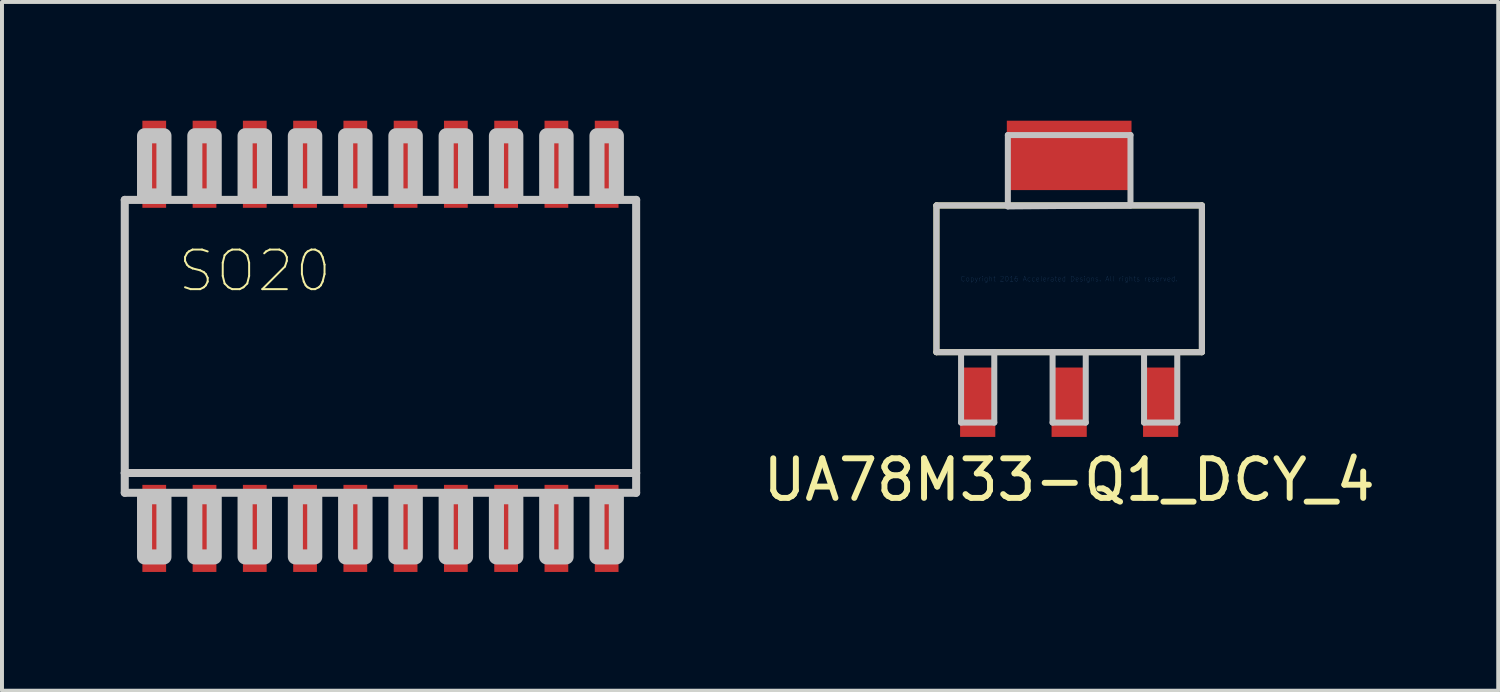
<source format=kicad_pcb>
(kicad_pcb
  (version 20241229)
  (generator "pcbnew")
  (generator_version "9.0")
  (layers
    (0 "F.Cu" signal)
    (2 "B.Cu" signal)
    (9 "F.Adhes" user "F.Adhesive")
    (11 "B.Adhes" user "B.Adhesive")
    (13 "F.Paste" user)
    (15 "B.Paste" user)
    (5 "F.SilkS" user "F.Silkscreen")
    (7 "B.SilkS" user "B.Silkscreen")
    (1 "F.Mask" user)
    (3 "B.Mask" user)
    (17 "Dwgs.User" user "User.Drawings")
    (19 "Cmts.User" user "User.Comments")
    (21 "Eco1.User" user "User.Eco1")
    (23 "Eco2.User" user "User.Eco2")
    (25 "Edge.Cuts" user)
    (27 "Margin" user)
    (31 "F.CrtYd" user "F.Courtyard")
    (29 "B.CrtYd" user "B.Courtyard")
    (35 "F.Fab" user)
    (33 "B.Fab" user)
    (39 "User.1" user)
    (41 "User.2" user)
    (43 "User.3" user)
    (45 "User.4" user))
  (footprint "SO20"
    (layer "F.Cu")
    (at 6.562 5.7)
    (property "Reference" "SO20" (at -3.175 -1.905 0) (layer "F.SilkS") (effects (font (size 1 1) (thickness 0.05))))
    (attr smd)
    (fp_line (start -6.46 -3.7) (end 6.46 -3.7) (stroke (width 0.203) (type solid)) (layer "Dwgs.User"))
    (fp_line (start -6.46 3.2) (end -6.46 -3.7) (stroke (width 0.203) (type solid)) (layer "Dwgs.User"))
    (fp_line (start -6.46 3.7) (end -6.46 3.2) (stroke (width 0.203) (type solid)) (layer "Dwgs.User"))
    (fp_line (start 6.46 -3.7) (end 6.46 3.2) (stroke (width 0.203) (type solid)) (layer "Dwgs.User"))
    (fp_line (start 6.46 3.2) (end -6.46 3.2) (stroke (width 0.203) (type solid)) (layer "Dwgs.User"))
    (fp_line (start 6.46 3.2) (end 6.46 3.7) (stroke (width 0.203) (type solid)) (layer "Dwgs.User"))
    (fp_line (start 6.46 3.7) (end -6.46 3.7) (stroke (width 0.203) (type solid)) (layer "Dwgs.User"))
    (fp_poly (pts (xy -5.96 -5.32) (xy -5.47 -5.32) (xy -5.47 -3.8) (xy -5.96 -3.8)) (stroke (width 0.381) (type solid)) (fill no) (layer "Dwgs.User"))
    (fp_poly (pts (xy -5.96 3.8) (xy -5.47 3.8) (xy -5.47 5.32) (xy -5.96 5.32)) (stroke (width 0.381) (type solid)) (fill no) (layer "Dwgs.User"))
    (fp_poly (pts (xy -4.69 -5.32) (xy -4.2 -5.32) (xy -4.2 -3.8) (xy -4.69 -3.8)) (stroke (width 0.381) (type solid)) (fill no) (layer "Dwgs.User"))
    (fp_poly (pts (xy -4.69 3.8) (xy -4.2 3.8) (xy -4.2 5.32) (xy -4.69 5.32)) (stroke (width 0.381) (type solid)) (fill no) (layer "Dwgs.User"))
    (fp_poly (pts (xy -3.42 -5.32) (xy -2.93 -5.32) (xy -2.93 -3.8) (xy -3.42 -3.8)) (stroke (width 0.381) (type solid)) (fill no) (layer "Dwgs.User"))
    (fp_poly (pts (xy -3.42 3.8) (xy -2.93 3.8) (xy -2.93 5.32) (xy -3.42 5.32)) (stroke (width 0.381) (type solid)) (fill no) (layer "Dwgs.User"))
    (fp_poly (pts (xy -2.15 -5.32) (xy -1.66 -5.32) (xy -1.66 -3.8) (xy -2.15 -3.8)) (stroke (width 0.381) (type solid)) (fill no) (layer "Dwgs.User"))
    (fp_poly (pts (xy -2.15 3.8) (xy -1.66 3.8) (xy -1.66 5.32) (xy -2.15 5.32)) (stroke (width 0.381) (type solid)) (fill no) (layer "Dwgs.User"))
    (fp_poly (pts (xy -0.88 -5.32) (xy -0.39 -5.32) (xy -0.39 -3.8) (xy -0.88 -3.8)) (stroke (width 0.381) (type solid)) (fill no) (layer "Dwgs.User"))
    (fp_poly (pts (xy -0.88 3.8) (xy -0.39 3.8) (xy -0.39 5.32) (xy -0.88 5.32)) (stroke (width 0.381) (type solid)) (fill no) (layer "Dwgs.User"))
    (fp_poly (pts (xy 0.39 -5.32) (xy 0.88 -5.32) (xy 0.88 -3.8) (xy 0.39 -3.8)) (stroke (width 0.381) (type solid)) (fill no) (layer "Dwgs.User"))
    (fp_poly (pts (xy 0.39 3.8) (xy 0.88 3.8) (xy 0.88 5.32) (xy 0.39 5.32)) (stroke (width 0.381) (type solid)) (fill no) (layer "Dwgs.User"))
    (fp_poly (pts (xy 1.66 -5.32) (xy 2.15 -5.32) (xy 2.15 -3.8) (xy 1.66 -3.8)) (stroke (width 0.381) (type solid)) (fill no) (layer "Dwgs.User"))
    (fp_poly (pts (xy 1.66 3.8) (xy 2.15 3.8) (xy 2.15 5.32) (xy 1.66 5.32)) (stroke (width 0.381) (type solid)) (fill no) (layer "Dwgs.User"))
    (fp_poly (pts (xy 2.93 -5.32) (xy 3.42 -5.32) (xy 3.42 -3.8) (xy 2.93 -3.8)) (stroke (width 0.381) (type solid)) (fill no) (layer "Dwgs.User"))
    (fp_poly (pts (xy 2.93 3.8) (xy 3.42 3.8) (xy 3.42 5.32) (xy 2.93 5.32)) (stroke (width 0.381) (type solid)) (fill no) (layer "Dwgs.User"))
    (fp_poly (pts (xy 4.2 -5.32) (xy 4.69 -5.32) (xy 4.69 -3.8) (xy 4.2 -3.8)) (stroke (width 0.381) (type solid)) (fill no) (layer "Dwgs.User"))
    (fp_poly (pts (xy 4.2 3.8) (xy 4.69 3.8) (xy 4.69 5.32) (xy 4.2 5.32)) (stroke (width 0.381) (type solid)) (fill no) (layer "Dwgs.User"))
    (fp_poly (pts (xy 5.47 -5.32) (xy 5.96 -5.32) (xy 5.96 -3.8) (xy 5.47 -3.8)) (stroke (width 0.381) (type solid)) (fill no) (layer "Dwgs.User"))
    (fp_poly (pts (xy 5.47 3.8) (xy 5.96 3.8) (xy 5.96 5.32) (xy 5.47 5.32)) (stroke (width 0.381) (type solid)) (fill no) (layer "Dwgs.User"))
    (pad "1" smd rect (at -5.715 4.6) (size 0.6 2.2) (layers "F.Cu" "F.Mask" "F.Paste"))
    (pad "2" smd rect (at -4.445 4.6) (size 0.6 2.2) (layers "F.Cu" "F.Mask" "F.Paste"))
    (pad "3" smd rect (at -3.175 4.6) (size 0.6 2.2) (layers "F.Cu" "F.Mask" "F.Paste"))
    (pad "4" smd rect (at -1.905 4.6) (size 0.6 2.2) (layers "F.Cu" "F.Mask" "F.Paste"))
    (pad "5" smd rect (at -0.635 4.6) (size 0.6 2.2) (layers "F.Cu" "F.Mask" "F.Paste"))
    (pad "6" smd rect (at 0.635 4.6) (size 0.6 2.2) (layers "F.Cu" "F.Mask" "F.Paste"))
    (pad "7" smd rect (at 1.905 4.6) (size 0.6 2.2) (layers "F.Cu" "F.Mask" "F.Paste"))
    (pad "8" smd rect (at 3.175 4.6) (size 0.6 2.2) (layers "F.Cu" "F.Mask" "F.Paste"))
    (pad "9" smd rect (at 4.445 4.6) (size 0.6 2.2) (layers "F.Cu" "F.Mask" "F.Paste"))
    (pad "10" smd rect (at 5.715 4.6) (size 0.6 2.2) (layers "F.Cu" "F.Mask" "F.Paste"))
    (pad "11" smd rect (at 5.715 -4.6) (size 0.6 2.2) (layers "F.Cu" "F.Mask" "F.Paste"))
    (pad "12" smd rect (at 4.445 -4.6) (size 0.6 2.2) (layers "F.Cu" "F.Mask" "F.Paste"))
    (pad "13" smd rect (at 3.175 -4.6) (size 0.6 2.2) (layers "F.Cu" "F.Mask" "F.Paste"))
    (pad "14" smd rect (at 1.905 -4.6) (size 0.6 2.2) (layers "F.Cu" "F.Mask" "F.Paste"))
    (pad "15" smd rect (at 0.635 -4.6) (size 0.6 2.2) (layers "F.Cu" "F.Mask" "F.Paste"))
    (pad "16" smd rect (at -0.635 -4.6) (size 0.6 2.2) (layers "F.Cu" "F.Mask" "F.Paste"))
    (pad "17" smd rect (at -1.905 -4.6) (size 0.6 2.2) (layers "F.Cu" "F.Mask" "F.Paste"))
    (pad "18" smd rect (at -3.175 -4.6) (size 0.6 2.2) (layers "F.Cu" "F.Mask" "F.Paste"))
    (pad "19" smd rect (at -4.445 -4.6) (size 0.6 2.2) (layers "F.Cu" "F.Mask" "F.Paste"))
    (pad "20" smd rect (at -5.715 -4.6) (size 0.6 2.2) (layers "F.Cu" "F.Mask" "F.Paste")))
  (footprint "UA78M33-Q1_DCY_4"
    (layer "F.Cu")
    (at 23.962 3.994)
    (property "Reference" "UA78M33-Q1_DCY_4" (at 0 5.08 0) (layer "F.SilkS") (effects (font (size 1 1) (thickness 0.15))))
    (attr through_hole)
    (fp_line (start -3.353 -1.854) (end -3.353 1.854) (stroke (width 0.152) (type solid)) (layer "F.SilkS"))
    (fp_line (start -3.353 1.854) (end 3.353 1.854) (stroke (width 0.152) (type solid)) (layer "F.SilkS"))
    (fp_line (start 3.353 -1.854) (end -3.353 -1.854) (stroke (width 0.152) (type solid)) (layer "F.SilkS"))
    (fp_line (start 3.353 1.854) (end 3.353 -1.854) (stroke (width 0.152) (type solid)) (layer "F.SilkS"))
    (fp_line (start -3.353 -1.854) (end -3.353 1.854) (stroke (width 0.152) (type solid)) (layer "Dwgs.User"))
    (fp_line (start -3.353 1.854) (end 3.353 1.854) (stroke (width 0.152) (type solid)) (layer "Dwgs.User"))
    (fp_line (start -2.731 1.854) (end -2.731 3.632) (stroke (width 0.152) (type solid)) (layer "Dwgs.User"))
    (fp_line (start -2.731 3.632) (end -1.892 3.632) (stroke (width 0.152) (type solid)) (layer "Dwgs.User"))
    (fp_line (start -1.892 1.854) (end -2.731 1.854) (stroke (width 0.152) (type solid)) (layer "Dwgs.User"))
    (fp_line (start -1.892 3.632) (end -1.892 1.854) (stroke (width 0.152) (type solid)) (layer "Dwgs.User"))
    (fp_line (start -1.549 -3.632) (end -1.549 -1.829) (stroke (width 0.152) (type solid)) (layer "Dwgs.User"))
    (fp_line (start -1.549 -1.829) (end 1.549 -1.854) (stroke (width 0.152) (type solid)) (layer "Dwgs.User"))
    (fp_line (start -0.419 1.854) (end -0.419 3.632) (stroke (width 0.152) (type solid)) (layer "Dwgs.User"))
    (fp_line (start -0.419 3.632) (end 0.419 3.632) (stroke (width 0.152) (type solid)) (layer "Dwgs.User"))
    (fp_line (start 0.419 1.854) (end -0.419 1.854) (stroke (width 0.152) (type solid)) (layer "Dwgs.User"))
    (fp_line (start 0.419 3.632) (end 0.419 1.854) (stroke (width 0.152) (type solid)) (layer "Dwgs.User"))
    (fp_line (start 1.549 -3.632) (end -1.549 -3.632) (stroke (width 0.152) (type solid)) (layer "Dwgs.User"))
    (fp_line (start 1.549 -1.854) (end 1.549 -3.632) (stroke (width 0.152) (type solid)) (layer "Dwgs.User"))
    (fp_line (start 1.892 1.854) (end 1.892 3.632) (stroke (width 0.152) (type solid)) (layer "Dwgs.User"))
    (fp_line (start 1.892 3.632) (end 2.731 3.632) (stroke (width 0.152) (type solid)) (layer "Dwgs.User"))
    (fp_line (start 2.731 1.854) (end 1.892 1.854) (stroke (width 0.152) (type solid)) (layer "Dwgs.User"))
    (fp_line (start 2.731 3.632) (end 2.731 1.854) (stroke (width 0.152) (type solid)) (layer "Dwgs.User"))
    (fp_line (start 3.353 -1.854) (end -3.353 -1.854) (stroke (width 0.152) (type solid)) (layer "Dwgs.User"))
    (fp_line (start 3.353 1.854) (end 3.353 -1.854) (stroke (width 0.152) (type solid)) (layer "Dwgs.User"))
    (fp_text user "Copyright 2016 Accelerated Designs. All rights reserved." (at 0 0 0) (layer "Cmts.User") (effects (font (size 0.127 0.127) (thickness 0.002))))
    (pad "1" smd rect (at -2.311 3.118) (size 0.889 1.753) (layers "F.Cu"))
    (pad "2" smd rect (at 0 3.118) (size 0.889 1.753) (layers "F.Cu"))
    (pad "3" smd rect (at 2.311 3.118) (size 0.889 1.753) (layers "F.Cu"))
    (pad "4" smd rect (at 0 -3.118) (size 3.15 1.753) (layers "F.Cu")))
  (gr_rect
    (start -3 -3)
    (end 34.802 14.4)
    (stroke (width 0.1) (type default))
    (fill no)
    (layer "Edge.Cuts")))
</source>
